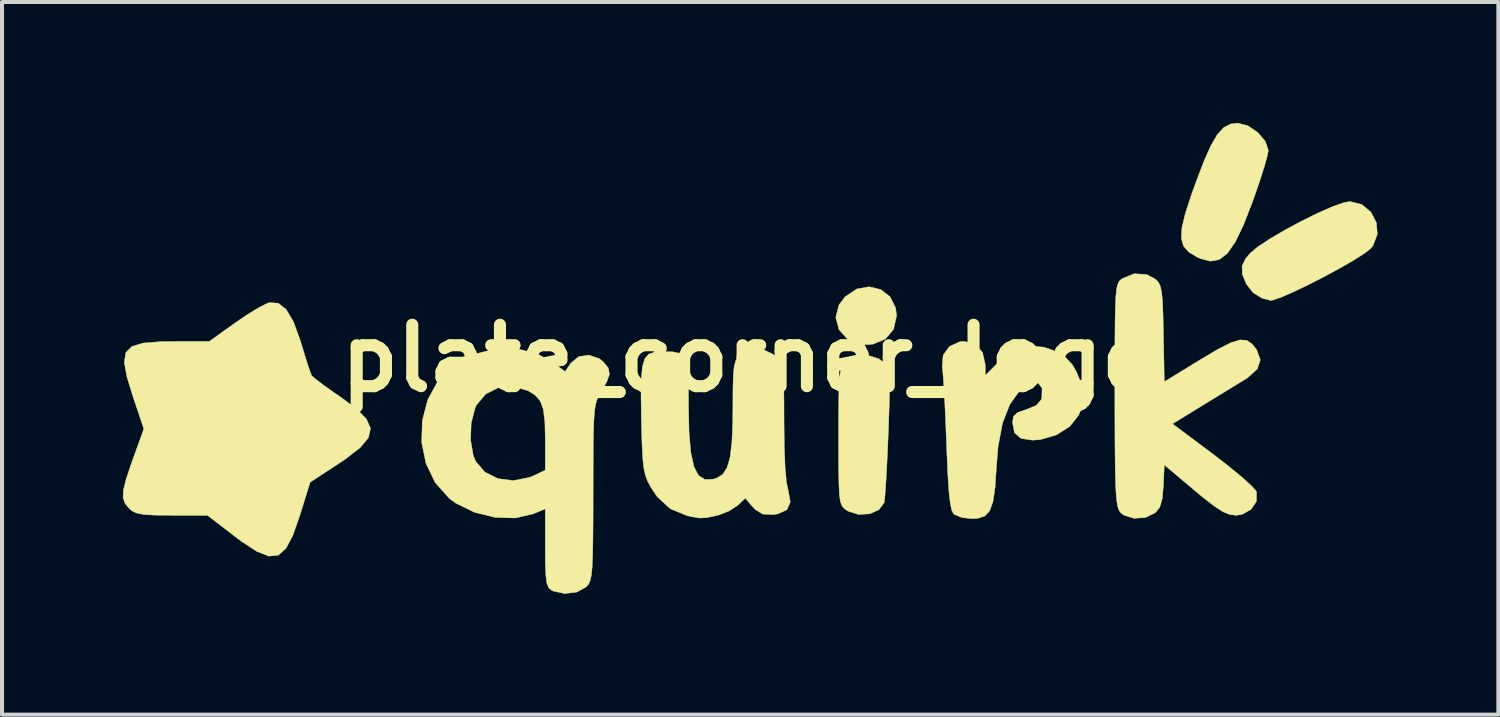
<source format=kicad_pcb>
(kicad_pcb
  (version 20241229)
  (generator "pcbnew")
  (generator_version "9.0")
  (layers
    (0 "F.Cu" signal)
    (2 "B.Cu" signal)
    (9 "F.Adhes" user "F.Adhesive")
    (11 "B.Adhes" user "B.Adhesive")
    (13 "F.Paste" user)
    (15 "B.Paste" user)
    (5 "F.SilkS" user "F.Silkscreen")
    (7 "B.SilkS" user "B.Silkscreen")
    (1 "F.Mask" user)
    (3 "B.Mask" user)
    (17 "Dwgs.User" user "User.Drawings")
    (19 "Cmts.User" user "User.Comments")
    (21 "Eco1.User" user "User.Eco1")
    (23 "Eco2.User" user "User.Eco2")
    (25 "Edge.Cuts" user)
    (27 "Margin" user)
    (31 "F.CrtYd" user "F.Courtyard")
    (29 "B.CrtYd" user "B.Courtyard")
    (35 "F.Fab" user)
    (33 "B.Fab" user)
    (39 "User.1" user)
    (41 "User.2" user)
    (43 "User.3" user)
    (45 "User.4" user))
  (footprint "plate_corner_logo"
    (layer "F.Cu")
    (at 15.566 5.847)
    (property "Reference" "plate_corner_logo" (at 0 0 0) (layer "F.SilkS") (effects (font (size 1.524 1.524) (thickness 0.3))))
    (attr through_hole)
    (fp_poly (pts (xy 3.248 -1.71) (xy 3.48 -1.529) (xy 3.618 -1.252) (xy 3.641 -1.058) (xy 3.567 -0.724) (xy 3.363 -0.481) (xy 3.057 -0.354) (xy 2.904 -0.341) (xy 2.656 -0.369) (xy 2.466 -0.435) (xy 2.448 -0.447) (xy 2.211 -0.716) (xy 2.131 -1.018) (xy 2.21 -1.326) (xy 2.364 -1.531) (xy 2.653 -1.724) (xy 2.96 -1.779) (xy 3.248 -1.71)) (stroke (width 0.01) (type solid)) (fill yes) (layer "F.SilkS"))
    (fp_poly (pts (xy 12.36 -5.776) (xy 12.605 -5.611) (xy 12.792 -5.392) (xy 12.869 -5.167) (xy 12.869 -5.161) (xy 12.841 -5.014) (xy 12.765 -4.745) (xy 12.651 -4.389) (xy 12.511 -3.983) (xy 12.483 -3.905) (xy 12.258 -3.324) (xy 12.053 -2.896) (xy 11.855 -2.61) (xy 11.653 -2.453) (xy 11.433 -2.413) (xy 11.183 -2.478) (xy 11.092 -2.52) (xy 10.892 -2.642) (xy 10.764 -2.788) (xy 10.709 -2.981) (xy 10.724 -3.246) (xy 10.811 -3.606) (xy 10.969 -4.087) (xy 11.057 -4.333) (xy 11.265 -4.88) (xy 11.443 -5.282) (xy 11.605 -5.56) (xy 11.765 -5.733) (xy 11.936 -5.82) (xy 12.11 -5.842) (xy 12.36 -5.776)) (stroke (width 0.01) (type solid)) (fill yes) (layer "F.SilkS"))
    (fp_poly (pts (xy 15.188 -3.822) (xy 15.414 -3.634) (xy 15.55 -3.373) (xy 15.575 -3.083) (xy 15.471 -2.806) (xy 15.412 -2.731) (xy 15.258 -2.609) (xy 14.992 -2.44) (xy 14.649 -2.242) (xy 14.263 -2.033) (xy 13.868 -1.831) (xy 13.5 -1.654) (xy 13.193 -1.52) (xy 12.982 -1.447) (xy 12.928 -1.439) (xy 12.712 -1.495) (xy 12.495 -1.628) (xy 12.493 -1.63) (xy 12.323 -1.846) (xy 12.226 -2.085) (xy 12.217 -2.293) (xy 12.304 -2.475) (xy 12.416 -2.608) (xy 12.608 -2.769) (xy 12.908 -2.968) (xy 13.278 -3.185) (xy 13.683 -3.403) (xy 14.086 -3.602) (xy 14.45 -3.763) (xy 14.738 -3.866) (xy 14.891 -3.895) (xy 15.188 -3.822)) (stroke (width 0.01) (type solid)) (fill yes) (layer "F.SilkS"))
    (fp_poly (pts (xy 3.204 0.012) (xy 3.313 0.096) (xy 3.376 0.165) (xy 3.421 0.245) (xy 3.45 0.361) (xy 3.465 0.538) (xy 3.467 0.802) (xy 3.458 1.178) (xy 3.441 1.691) (xy 3.435 1.852) (xy 3.414 2.361) (xy 3.391 2.818) (xy 3.369 3.194) (xy 3.348 3.459) (xy 3.332 3.582) (xy 3.202 3.758) (xy 2.972 3.859) (xy 2.698 3.874) (xy 2.436 3.792) (xy 2.39 3.763) (xy 2.325 3.712) (xy 2.278 3.647) (xy 2.244 3.544) (xy 2.222 3.378) (xy 2.21 3.128) (xy 2.203 2.768) (xy 2.201 2.275) (xy 2.201 1.943) (xy 2.202 1.364) (xy 2.207 0.931) (xy 2.217 0.618) (xy 2.235 0.403) (xy 2.264 0.26) (xy 2.304 0.166) (xy 2.36 0.096) (xy 2.371 0.085) (xy 2.619 -0.055) (xy 2.92 -0.08) (xy 3.204 0.012)) (stroke (width 0.01) (type solid)) (fill yes) (layer "F.SilkS"))
    (fp_poly (pts (xy -11.71 -1.371) (xy -11.513 -1.217) (xy -11.332 -0.913) (xy -11.162 -0.449) (xy -11.131 -0.346) (xy -11.033 -0.021) (xy -10.948 0.243) (xy -10.889 0.403) (xy -10.879 0.425) (xy -10.788 0.508) (xy -10.592 0.658) (xy -10.324 0.848) (xy -10.192 0.938) (xy -9.779 1.241) (xy -9.521 1.501) (xy -9.417 1.737) (xy -9.47 1.97) (xy -9.678 2.218) (xy -10.043 2.5) (xy -10.237 2.63) (xy -10.916 3.073) (xy -11.175 3.905) (xy -11.344 4.389) (xy -11.515 4.714) (xy -11.707 4.885) (xy -11.941 4.909) (xy -12.239 4.793) (xy -12.622 4.542) (xy -12.808 4.402) (xy -13.466 3.895) (xy -14.353 3.895) (xy -14.762 3.891) (xy -15.038 3.876) (xy -15.218 3.843) (xy -15.337 3.787) (xy -15.409 3.725) (xy -15.512 3.599) (xy -15.561 3.458) (xy -15.553 3.268) (xy -15.485 2.996) (xy -15.355 2.61) (xy -15.312 2.489) (xy -15.045 1.751) (xy -15.318 0.939) (xy -15.466 0.455) (xy -15.53 0.101) (xy -15.493 -0.143) (xy -15.342 -0.297) (xy -15.06 -0.381) (xy -14.634 -0.416) (xy -14.308 -0.421) (xy -13.418 -0.423) (xy -12.784 -0.878) (xy -12.477 -1.087) (xy -12.196 -1.258) (xy -11.986 -1.365) (xy -11.93 -1.384) (xy -11.71 -1.371)) (stroke (width 0.01) (type solid)) (fill yes) (layer "F.SilkS"))
    (fp_poly (pts (xy 5.593 -0.35) (xy 5.775 -0.148) (xy 5.842 0.153) (xy 5.842 0.155) (xy 5.842 0.423) (xy 6.176 0.089) (xy 6.534 -0.193) (xy 6.897 -0.314) (xy 7.293 -0.279) (xy 7.525 -0.201) (xy 7.811 -0.051) (xy 8.003 0.155) (xy 8.107 0.336) (xy 8.254 0.695) (xy 8.285 0.998) (xy 8.203 1.309) (xy 8.156 1.416) (xy 7.94 1.69) (xy 7.61 1.899) (xy 7.215 2.015) (xy 7.023 2.03) (xy 6.731 1.988) (xy 6.569 1.846) (xy 6.519 1.595) (xy 6.543 1.437) (xy 6.646 1.342) (xy 6.857 1.27) (xy 7.108 1.169) (xy 7.231 1.024) (xy 7.246 0.975) (xy 7.253 0.74) (xy 7.154 0.611) (xy 6.982 0.602) (xy 6.771 0.723) (xy 6.708 0.784) (xy 6.453 1.141) (xy 6.273 1.598) (xy 6.162 2.178) (xy 6.119 2.701) (xy 6.086 3.199) (xy 6.035 3.551) (xy 5.954 3.781) (xy 5.831 3.913) (xy 5.656 3.971) (xy 5.507 3.979) (xy 5.262 3.95) (xy 5.079 3.877) (xy 5.057 3.859) (xy 5.011 3.771) (xy 4.973 3.594) (xy 4.941 3.31) (xy 4.914 2.9) (xy 4.889 2.347) (xy 4.88 2.103) (xy 4.859 1.575) (xy 4.837 1.089) (xy 4.814 0.677) (xy 4.792 0.37) (xy 4.774 0.2) (xy 4.774 0.199) (xy 4.797 -0.08) (xy 4.954 -0.297) (xy 5.211 -0.414) (xy 5.321 -0.423) (xy 5.593 -0.35)) (stroke (width 0.01) (type solid)) (fill yes) (layer "F.SilkS"))
    (fp_poly (pts (xy 9.855 -2.081) (xy 10.065 -1.968) (xy 10.136 -1.897) (xy 10.186 -1.801) (xy 10.22 -1.65) (xy 10.242 -1.416) (xy 10.256 -1.069) (xy 10.265 -0.62) (xy 10.287 0.58) (xy 11.189 0.027) (xy 11.618 -0.227) (xy 11.935 -0.388) (xy 12.166 -0.46) (xy 12.336 -0.447) (xy 12.471 -0.354) (xy 12.582 -0.209) (xy 12.67 0.036) (xy 12.596 0.263) (xy 12.356 0.48) (xy 12.293 0.52) (xy 12.084 0.647) (xy 11.78 0.833) (xy 11.431 1.047) (xy 11.235 1.167) (xy 10.49 1.624) (xy 11.507 2.385) (xy 11.868 2.664) (xy 12.18 2.92) (xy 12.418 3.131) (xy 12.555 3.276) (xy 12.576 3.313) (xy 12.574 3.549) (xy 12.44 3.75) (xy 12.213 3.875) (xy 12.065 3.895) (xy 11.91 3.875) (xy 11.739 3.805) (xy 11.523 3.665) (xy 11.231 3.437) (xy 11.03 3.269) (xy 10.287 2.644) (xy 10.264 3.163) (xy 10.235 3.489) (xy 10.174 3.694) (xy 10.067 3.828) (xy 10.064 3.831) (xy 9.819 3.95) (xy 9.535 3.97) (xy 9.283 3.892) (xy 9.199 3.824) (xy 9.161 3.766) (xy 9.13 3.675) (xy 9.106 3.533) (xy 9.088 3.323) (xy 9.075 3.026) (xy 9.067 2.626) (xy 9.062 2.103) (xy 9.06 1.441) (xy 9.059 0.908) (xy 9.06 0.152) (xy 9.061 -0.452) (xy 9.065 -0.923) (xy 9.072 -1.278) (xy 9.084 -1.536) (xy 9.102 -1.715) (xy 9.126 -1.831) (xy 9.159 -1.904) (xy 9.202 -1.951) (xy 9.248 -1.985) (xy 9.544 -2.103) (xy 9.855 -2.081)) (stroke (width 0.01) (type solid)) (fill yes) (layer "F.SilkS"))
    (fp_poly (pts (xy 0.572 -0.105) (xy 0.639 -0.046) (xy 0.715 0.036) (xy 0.77 0.123) (xy 0.807 0.244) (xy 0.83 0.426) (xy 0.841 0.696) (xy 0.846 1.082) (xy 0.847 1.578) (xy 0.854 2.205) (xy 0.874 2.709) (xy 0.907 3.074) (xy 0.95 3.279) (xy 1.003 3.566) (xy 0.916 3.759) (xy 0.686 3.862) (xy 0.567 3.878) (xy 0.316 3.865) (xy 0.13 3.749) (xy 0.073 3.688) (xy -0.116 3.471) (xy -0.304 3.648) (xy -0.514 3.786) (xy -0.782 3.891) (xy -0.817 3.9) (xy -1.064 3.952) (xy -1.239 3.963) (xy -1.431 3.933) (xy -1.568 3.901) (xy -1.978 3.732) (xy -2.303 3.432) (xy -2.46 3.197) (xy -2.539 3.049) (xy -2.595 2.9) (xy -2.635 2.719) (xy -2.661 2.474) (xy -2.678 2.134) (xy -2.691 1.666) (xy -2.695 1.474) (xy -2.703 0.907) (xy -2.696 0.488) (xy -2.666 0.194) (xy -2.607 0.003) (xy -2.51 -0.106) (xy -2.368 -0.156) (xy -2.174 -0.169) (xy -2.147 -0.169) (xy -1.914 -0.163) (xy -1.747 -0.127) (xy -1.636 -0.037) (xy -1.57 0.132) (xy -1.537 0.403) (xy -1.525 0.802) (xy -1.524 1.176) (xy -1.511 1.831) (xy -1.468 2.33) (xy -1.391 2.685) (xy -1.275 2.907) (xy -1.116 3.007) (xy -0.909 2.998) (xy -0.82 2.969) (xy -0.674 2.877) (xy -0.566 2.712) (xy -0.492 2.453) (xy -0.447 2.081) (xy -0.426 1.573) (xy -0.423 1.215) (xy -0.421 0.75) (xy -0.412 0.424) (xy -0.391 0.205) (xy -0.355 0.062) (xy -0.299 -0.035) (xy -0.254 -0.085) (xy -0.001 -0.23) (xy 0.292 -0.236) (xy 0.572 -0.105)) (stroke (width 0.01) (type solid)) (fill yes) (layer "F.SilkS"))
    (fp_poly (pts (xy -5.272 -0.109) (xy -4.958 0.063) (xy -4.584 0.327) (xy -4.449 0.121) (xy -4.252 -0.043) (xy -3.996 -0.082) (xy -3.738 0.006) (xy -3.641 0.085) (xy -3.515 0.239) (xy -3.486 0.39) (xy -3.555 0.586) (xy -3.681 0.804) (xy -3.744 0.911) (xy -3.793 1.015) (xy -3.83 1.138) (xy -3.856 1.303) (xy -3.873 1.531) (xy -3.884 1.846) (xy -3.889 2.269) (xy -3.891 2.823) (xy -3.892 3.323) (xy -3.893 3.989) (xy -3.897 4.506) (xy -3.904 4.896) (xy -3.916 5.178) (xy -3.935 5.375) (xy -3.963 5.506) (xy -3.999 5.593) (xy -4.047 5.656) (xy -4.064 5.673) (xy -4.295 5.801) (xy -4.594 5.838) (xy -4.88 5.777) (xy -4.932 5.751) (xy -4.997 5.691) (xy -5.04 5.583) (xy -5.065 5.395) (xy -5.077 5.097) (xy -5.08 4.699) (xy -5.08 3.734) (xy -5.374 3.857) (xy -5.823 3.962) (xy -6.328 3.947) (xy -6.838 3.821) (xy -7.301 3.594) (xy -7.464 3.474) (xy -7.814 3.081) (xy -8.042 2.607) (xy -8.148 2.084) (xy -8.146 2.022) (xy -6.934 2.022) (xy -6.869 2.404) (xy -6.81 2.551) (xy -6.582 2.82) (xy -6.256 2.984) (xy -5.873 3.033) (xy -5.475 2.956) (xy -5.368 2.911) (xy -5.08 2.775) (xy -5.08 2.017) (xy -5.09 1.574) (xy -5.128 1.265) (xy -5.206 1.054) (xy -5.337 0.908) (xy -5.502 0.805) (xy -5.874 0.693) (xy -6.24 0.724) (xy -6.558 0.884) (xy -6.789 1.16) (xy -6.822 1.231) (xy -6.919 1.605) (xy -6.934 2.022) (xy -8.146 2.022) (xy -8.133 1.547) (xy -7.999 1.03) (xy -7.748 0.566) (xy -7.379 0.189) (xy -7.351 0.168) (xy -6.857 -0.1) (xy -6.32 -0.237) (xy -5.779 -0.24) (xy -5.272 -0.109)) (stroke (width 0.01) (type solid)) (fill yes) (layer "F.SilkS")))
  (gr_rect
    (start -3 -3)
    (end 34.146 14.69)
    (stroke (width 0.1) (type default))
    (fill no)
    (layer "Edge.Cuts")))
</source>
